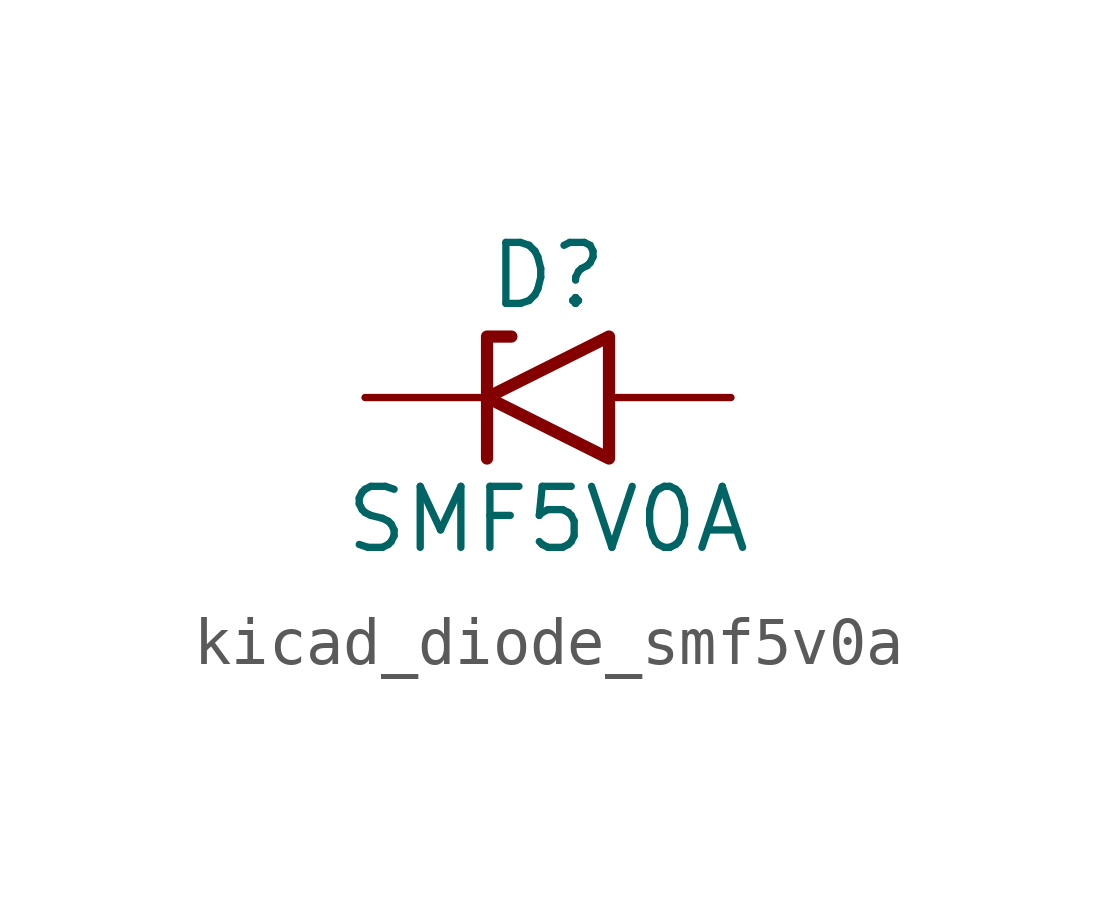
<source format=kicad_sym>
(kicad_symbol_lib
  (version 20220914)
  (generator kicad_symbol_editor)
  (symbol "kicad_diode_smf5v0a"
    (pin_numbers hide)
    (pin_names
      (offset 1.016) hide)
    (property "Reference" "D"
      (at 0 2.54 0)
      (effects (font (size 1.27 1.27))))
    (property "Value" "SMF5V0A"
      (at 0 -2.54 0)
      (effects (font (size 1.27 1.27))))
    (symbol "kicad_diode_smf5v0a_0_1"
      (polyline (pts (xy -0.762 1.27) (xy -1.27 1.27) (xy -1.27 -1.27)) (stroke (width 0.254) (type default)) (fill (type none)))
      (polyline (pts (xy 1.27 1.27) (xy 1.27 -1.27) (xy -1.27 0) (xy 1.27 1.27)) (stroke (width 0.254) (type default)) (fill (type none))))
    (symbol "kicad_diode_smf5v0a_1_1"
      (pin passive line (at -3.81 0 0) (length 2.54) (name "A1" (effects (font (size 1.27 1.27)))) (number "1" (effects (font (size 1.27 1.27)))))
      (pin passive line (at 3.81 0 180) (length 2.54) (name "A2" (effects (font (size 1.27 1.27)))) (number "2" (effects (font (size 1.27 1.27))))))))
</source>
